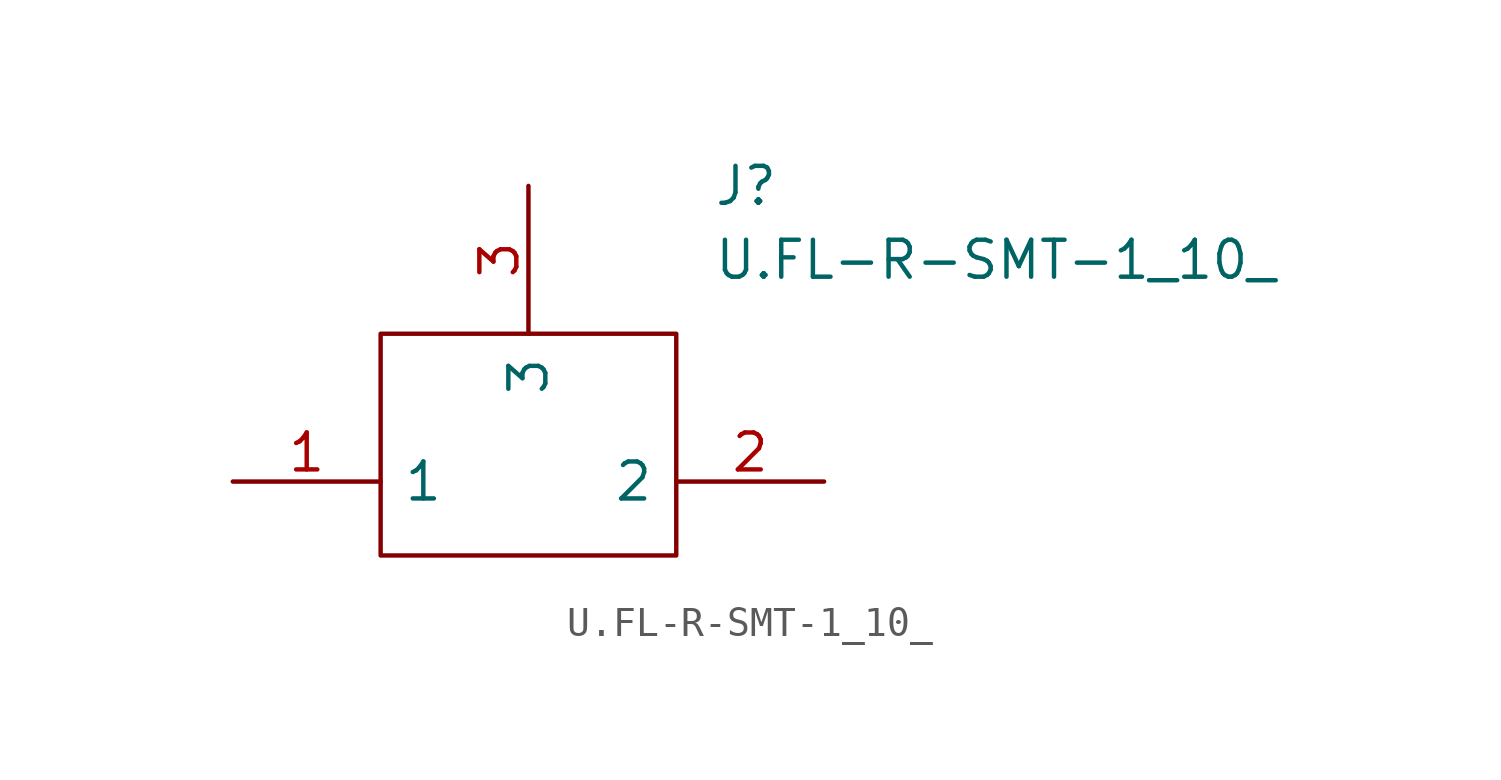
<source format=kicad_sym>
(kicad_symbol_lib
  (version 20211014)
  (generator kicad_symbol_editor)
  (symbol "U.FL-R-SMT-1_10_"
    (pin_names
      (offset 0.762))
    (property "Reference" "J"
      (at 16.51 10.16 0)
      (effects (font (size 1.27 1.27)) (justify left)))
    (property "Value" "U.FL-R-SMT-1_10_"
      (at 16.51 7.62 0)
      (effects (font (size 1.27 1.27)) (justify left)))
    (symbol "U.FL-R-SMT-1_10__0_0"
      (pin passive line (at 0 0 0) (length 5.08) (name "1" (effects (font (size 1.27 1.27)))) (number "1" (effects (font (size 1.27 1.27)))))
      (pin passive line (at 20.32 0 180) (length 5.08) (name "2" (effects (font (size 1.27 1.27)))) (number "2" (effects (font (size 1.27 1.27)))))
      (pin passive line (at 10.16 10.16 270) (length 5.08) (name "3" (effects (font (size 1.27 1.27)))) (number "3" (effects (font (size 1.27 1.27))))))
    (symbol "U.FL-R-SMT-1_10__0_1"
      (polyline (pts (xy 5.08 5.08) (xy 15.24 5.08) (xy 15.24 -2.54) (xy 5.08 -2.54) (xy 5.08 5.08)) (stroke (width 0.152) (type default) (color 0 0 0 0)) (fill (type none))))))
</source>
